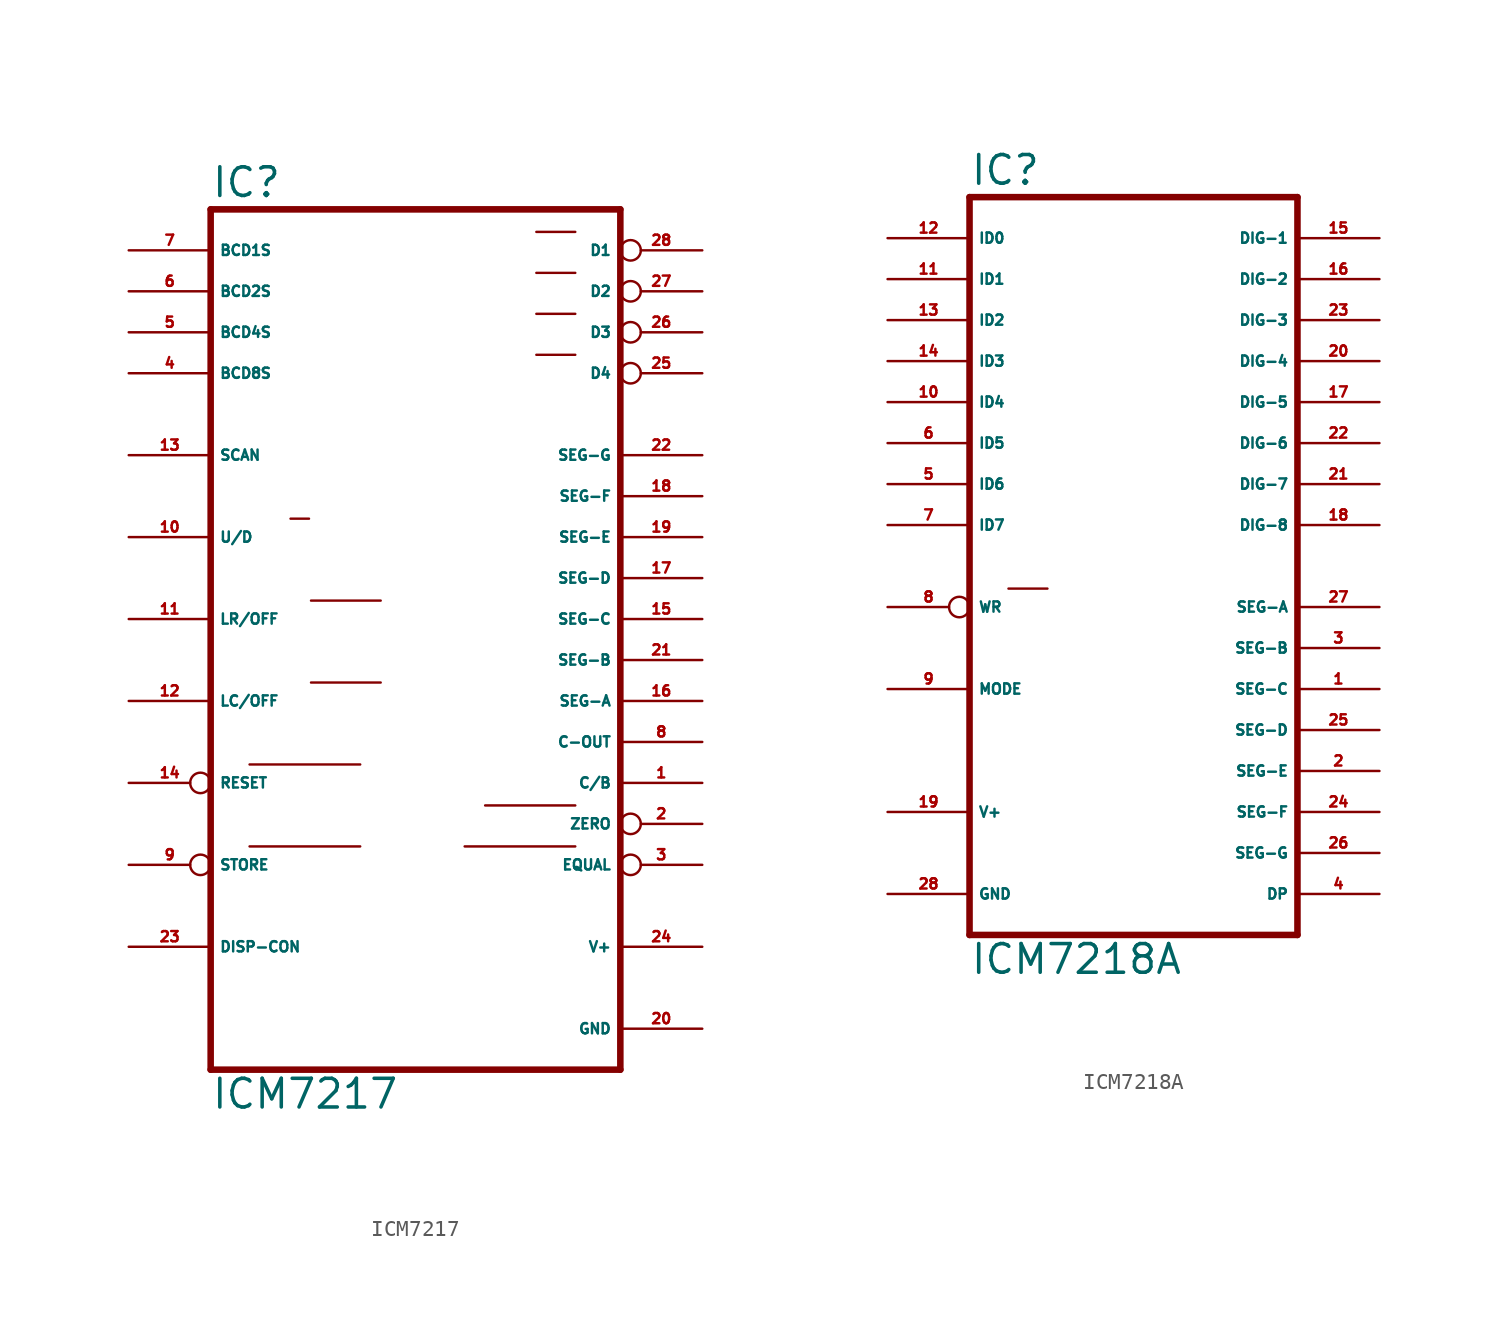
<source format=kicad_sym>
(kicad_symbol_lib
  (version 20220914)
  (generator Eagle2Kicad)
  (symbol "ICM7217"
    (property "Reference" "IC"
      (at -12.7 26.035 0)
      (effects (font (size 1.778 1.778) (thickness 0.22)) (justify left bottom)))
    (property "Value" "ICM7217"
      (at -12.7 -30.48 0)
      (effects (font (size 1.778 1.778) (thickness 0.22)) (justify left bottom)))
    (polyline
      (pts (xy 12.7 -27.94) (xy -12.7 -27.94))
      (stroke (width 0.406) (type default))
      (fill (type none)))
    (polyline
      (pts (xy -12.7 25.4) (xy -12.7 -27.94))
      (stroke (width 0.406) (type default))
      (fill (type none)))
    (polyline
      (pts (xy -12.7 25.4) (xy 12.7 25.4))
      (stroke (width 0.406) (type default))
      (fill (type none)))
    (polyline
      (pts (xy 12.7 -27.94) (xy 12.7 25.4))
      (stroke (width 0.406) (type default))
      (fill (type none)))
    (polyline
      (pts (xy 3.048 -14.097) (xy 9.906 -14.097))
      (stroke (width 0.152) (type default))
      (fill (type none)))
    (polyline
      (pts (xy 4.318 -11.557) (xy 9.906 -11.557))
      (stroke (width 0.152) (type default))
      (fill (type none)))
    (polyline
      (pts (xy -10.287 -14.097) (xy -3.429 -14.097))
      (stroke (width 0.152) (type default))
      (fill (type none)))
    (polyline
      (pts (xy -10.287 -9.017) (xy -3.429 -9.017))
      (stroke (width 0.152) (type default))
      (fill (type none)))
    (polyline
      (pts (xy -6.477 -3.937) (xy -2.159 -3.937))
      (stroke (width 0.152) (type default))
      (fill (type none)))
    (polyline
      (pts (xy -6.477 1.143) (xy -2.159 1.143))
      (stroke (width 0.152) (type default))
      (fill (type none)))
    (polyline
      (pts (xy -7.747 6.223) (xy -6.604 6.223))
      (stroke (width 0.152) (type default))
      (fill (type none)))
    (polyline
      (pts (xy 7.493 24.003) (xy 9.906 24.003))
      (stroke (width 0.152) (type default))
      (fill (type none)))
    (polyline
      (pts (xy 7.493 21.463) (xy 9.906 21.463))
      (stroke (width 0.152) (type default))
      (fill (type none)))
    (polyline
      (pts (xy 7.493 18.923) (xy 9.906 18.923))
      (stroke (width 0.152) (type default))
      (fill (type none)))
    (polyline
      (pts (xy 7.493 16.383) (xy 9.906 16.383))
      (stroke (width 0.152) (type default))
      (fill (type none)))
    (pin output inverted
      (at 17.78 22.86 180)
      (length 5.08)
      (name "D1" (effects (font (size 0.635 0.635) (thickness 0.08)) (justify left bottom)))
      (number "28" (effects (font (size 0.635 0.635) (thickness 0.08)) (justify left bottom))))
    (pin output inverted
      (at 17.78 20.32 180)
      (length 5.08)
      (name "D2" (effects (font (size 0.635 0.635) (thickness 0.08)) (justify left bottom)))
      (number "27" (effects (font (size 0.635 0.635) (thickness 0.08)) (justify left bottom))))
    (pin output inverted
      (at 17.78 17.78 180)
      (length 5.08)
      (name "D3" (effects (font (size 0.635 0.635) (thickness 0.08)) (justify left bottom)))
      (number "26" (effects (font (size 0.635 0.635) (thickness 0.08)) (justify left bottom))))
    (pin output inverted
      (at 17.78 15.24 180)
      (length 5.08)
      (name "D4" (effects (font (size 0.635 0.635) (thickness 0.08)) (justify left bottom)))
      (number "25" (effects (font (size 0.635 0.635) (thickness 0.08)) (justify left bottom))))
    (pin output line
      (at 17.78 -10.16 180)
      (length 5.08)
      (name "C/B" (effects (font (size 0.635 0.635) (thickness 0.08)) (justify left bottom)))
      (number "1" (effects (font (size 0.635 0.635) (thickness 0.08)) (justify left bottom))))
    (pin output inverted
      (at 17.78 -12.7 180)
      (length 5.08)
      (name "ZERO" (effects (font (size 0.635 0.635) (thickness 0.08)) (justify left bottom)))
      (number "2" (effects (font (size 0.635 0.635) (thickness 0.08)) (justify left bottom))))
    (pin output inverted
      (at 17.78 -15.24 180)
      (length 5.08)
      (name "EQUAL" (effects (font (size 0.635 0.635) (thickness 0.08)) (justify left bottom)))
      (number "3" (effects (font (size 0.635 0.635) (thickness 0.08)) (justify left bottom))))
    (pin output line
      (at 17.78 10.16 180)
      (length 5.08)
      (name "SEG-G" (effects (font (size 0.635 0.635) (thickness 0.08)) (justify left bottom)))
      (number "22" (effects (font (size 0.635 0.635) (thickness 0.08)) (justify left bottom))))
    (pin output line
      (at 17.78 7.62 180)
      (length 5.08)
      (name "SEG-F" (effects (font (size 0.635 0.635) (thickness 0.08)) (justify left bottom)))
      (number "18" (effects (font (size 0.635 0.635) (thickness 0.08)) (justify left bottom))))
    (pin output line
      (at 17.78 5.08 180)
      (length 5.08)
      (name "SEG-E" (effects (font (size 0.635 0.635) (thickness 0.08)) (justify left bottom)))
      (number "19" (effects (font (size 0.635 0.635) (thickness 0.08)) (justify left bottom))))
    (pin output line
      (at 17.78 2.54 180)
      (length 5.08)
      (name "SEG-D" (effects (font (size 0.635 0.635) (thickness 0.08)) (justify left bottom)))
      (number "17" (effects (font (size 0.635 0.635) (thickness 0.08)) (justify left bottom))))
    (pin bidirectional line
      (at -17.78 22.86 0)
      (length 5.08)
      (name "BCD1S" (effects (font (size 0.635 0.635) (thickness 0.08)) (justify left bottom)))
      (number "7" (effects (font (size 0.635 0.635) (thickness 0.08)) (justify left bottom))))
    (pin bidirectional line
      (at -17.78 20.32 0)
      (length 5.08)
      (name "BCD2S" (effects (font (size 0.635 0.635) (thickness 0.08)) (justify left bottom)))
      (number "6" (effects (font (size 0.635 0.635) (thickness 0.08)) (justify left bottom))))
    (pin bidirectional line
      (at -17.78 17.78 0)
      (length 5.08)
      (name "BCD4S" (effects (font (size 0.635 0.635) (thickness 0.08)) (justify left bottom)))
      (number "5" (effects (font (size 0.635 0.635) (thickness 0.08)) (justify left bottom))))
    (pin bidirectional line
      (at -17.78 15.24 0)
      (length 5.08)
      (name "BCD8S" (effects (font (size 0.635 0.635) (thickness 0.08)) (justify left bottom)))
      (number "4" (effects (font (size 0.635 0.635) (thickness 0.08)) (justify left bottom))))
    (pin output line
      (at 17.78 0 180)
      (length 5.08)
      (name "SEG-C" (effects (font (size 0.635 0.635) (thickness 0.08)) (justify left bottom)))
      (number "15" (effects (font (size 0.635 0.635) (thickness 0.08)) (justify left bottom))))
    (pin output line
      (at 17.78 -2.54 180)
      (length 5.08)
      (name "SEG-B" (effects (font (size 0.635 0.635) (thickness 0.08)) (justify left bottom)))
      (number "21" (effects (font (size 0.635 0.635) (thickness 0.08)) (justify left bottom))))
    (pin output line
      (at 17.78 -5.08 180)
      (length 5.08)
      (name "SEG-A" (effects (font (size 0.635 0.635) (thickness 0.08)) (justify left bottom)))
      (number "16" (effects (font (size 0.635 0.635) (thickness 0.08)) (justify left bottom))))
    (pin output line
      (at 17.78 -7.62 180)
      (length 5.08)
      (name "C-OUT" (effects (font (size 0.635 0.635) (thickness 0.08)) (justify left bottom)))
      (number "8" (effects (font (size 0.635 0.635) (thickness 0.08)) (justify left bottom))))
    (pin input line
      (at -17.78 5.08 0)
      (length 5.08)
      (name "U/D" (effects (font (size 0.635 0.635) (thickness 0.08)) (justify left bottom)))
      (number "10" (effects (font (size 0.635 0.635) (thickness 0.08)) (justify left bottom))))
    (pin input line
      (at -17.78 0 0)
      (length 5.08)
      (name "LR/OFF" (effects (font (size 0.635 0.635) (thickness 0.08)) (justify left bottom)))
      (number "11" (effects (font (size 0.635 0.635) (thickness 0.08)) (justify left bottom))))
    (pin bidirectional line
      (at -17.78 -5.08 0)
      (length 5.08)
      (name "LC/OFF" (effects (font (size 0.635 0.635) (thickness 0.08)) (justify left bottom)))
      (number "12" (effects (font (size 0.635 0.635) (thickness 0.08)) (justify left bottom))))
    (pin passive line
      (at -17.78 10.16 0)
      (length 5.08)
      (name "SCAN" (effects (font (size 0.635 0.635) (thickness 0.08)) (justify left bottom)))
      (number "13" (effects (font (size 0.635 0.635) (thickness 0.08)) (justify left bottom))))
    (pin input inverted
      (at -17.78 -10.16 0)
      (length 5.08)
      (name "RESET" (effects (font (size 0.635 0.635) (thickness 0.08)) (justify left bottom)))
      (number "14" (effects (font (size 0.635 0.635) (thickness 0.08)) (justify left bottom))))
    (pin input line
      (at -17.78 -20.32 0)
      (length 5.08)
      (name "DISP-CON" (effects (font (size 0.635 0.635) (thickness 0.08)) (justify left bottom)))
      (number "23" (effects (font (size 0.635 0.635) (thickness 0.08)) (justify left bottom))))
    (pin unspecified line
      (at 17.78 -25.4 180)
      (length 5.08)
      (name "GND" (effects (font (size 0.635 0.635) (thickness 0.08)) (justify left bottom)))
      (number "20" (effects (font (size 0.635 0.635) (thickness 0.08)) (justify left bottom))))
    (pin unspecified line
      (at 17.78 -20.32 180)
      (length 5.08)
      (name "V+" (effects (font (size 0.635 0.635) (thickness 0.08)) (justify left bottom)))
      (number "24" (effects (font (size 0.635 0.635) (thickness 0.08)) (justify left bottom))))
    (pin input inverted
      (at -17.78 -15.24 0)
      (length 5.08)
      (name "STORE" (effects (font (size 0.635 0.635) (thickness 0.08)) (justify left bottom)))
      (number "9" (effects (font (size 0.635 0.635) (thickness 0.08)) (justify left bottom)))))
  (symbol "ICM7218A"
    (property "Reference" "IC"
      (at -10.16 23.495 0)
      (effects (font (size 1.778 1.778) (thickness 0.22)) (justify left bottom)))
    (property "Value" "ICM7218A"
      (at -10.16 -25.4 0)
      (effects (font (size 1.778 1.778) (thickness 0.22)) (justify left bottom)))
    (polyline
      (pts (xy 10.16 -22.86) (xy -10.16 -22.86))
      (stroke (width 0.406) (type default))
      (fill (type none)))
    (polyline
      (pts (xy -10.16 22.86) (xy -10.16 -22.86))
      (stroke (width 0.406) (type default))
      (fill (type none)))
    (polyline
      (pts (xy -10.16 22.86) (xy 10.16 22.86))
      (stroke (width 0.406) (type default))
      (fill (type none)))
    (polyline
      (pts (xy 10.16 -22.86) (xy 10.16 22.86))
      (stroke (width 0.406) (type default))
      (fill (type none)))
    (polyline
      (pts (xy -7.747 -1.397) (xy -5.334 -1.397))
      (stroke (width 0.152) (type default))
      (fill (type none)))
    (pin output line
      (at 15.24 20.32 180)
      (length 5.08)
      (name "DIG-1" (effects (font (size 0.635 0.635) (thickness 0.08)) (justify left bottom)))
      (number "15" (effects (font (size 0.635 0.635) (thickness 0.08)) (justify left bottom))))
    (pin output line
      (at 15.24 17.78 180)
      (length 5.08)
      (name "DIG-2" (effects (font (size 0.635 0.635) (thickness 0.08)) (justify left bottom)))
      (number "16" (effects (font (size 0.635 0.635) (thickness 0.08)) (justify left bottom))))
    (pin output line
      (at 15.24 15.24 180)
      (length 5.08)
      (name "DIG-3" (effects (font (size 0.635 0.635) (thickness 0.08)) (justify left bottom)))
      (number "23" (effects (font (size 0.635 0.635) (thickness 0.08)) (justify left bottom))))
    (pin output line
      (at 15.24 12.7 180)
      (length 5.08)
      (name "DIG-4" (effects (font (size 0.635 0.635) (thickness 0.08)) (justify left bottom)))
      (number "20" (effects (font (size 0.635 0.635) (thickness 0.08)) (justify left bottom))))
    (pin output line
      (at 15.24 10.16 180)
      (length 5.08)
      (name "DIG-5" (effects (font (size 0.635 0.635) (thickness 0.08)) (justify left bottom)))
      (number "17" (effects (font (size 0.635 0.635) (thickness 0.08)) (justify left bottom))))
    (pin output line
      (at 15.24 7.62 180)
      (length 5.08)
      (name "DIG-6" (effects (font (size 0.635 0.635) (thickness 0.08)) (justify left bottom)))
      (number "22" (effects (font (size 0.635 0.635) (thickness 0.08)) (justify left bottom))))
    (pin output line
      (at 15.24 5.08 180)
      (length 5.08)
      (name "DIG-7" (effects (font (size 0.635 0.635) (thickness 0.08)) (justify left bottom)))
      (number "21" (effects (font (size 0.635 0.635) (thickness 0.08)) (justify left bottom))))
    (pin output line
      (at 15.24 2.54 180)
      (length 5.08)
      (name "DIG-8" (effects (font (size 0.635 0.635) (thickness 0.08)) (justify left bottom)))
      (number "18" (effects (font (size 0.635 0.635) (thickness 0.08)) (justify left bottom))))
    (pin output line
      (at 15.24 -2.54 180)
      (length 5.08)
      (name "SEG-A" (effects (font (size 0.635 0.635) (thickness 0.08)) (justify left bottom)))
      (number "27" (effects (font (size 0.635 0.635) (thickness 0.08)) (justify left bottom))))
    (pin output line
      (at 15.24 -5.08 180)
      (length 5.08)
      (name "SEG-B" (effects (font (size 0.635 0.635) (thickness 0.08)) (justify left bottom)))
      (number "3" (effects (font (size 0.635 0.635) (thickness 0.08)) (justify left bottom))))
    (pin output line
      (at 15.24 -7.62 180)
      (length 5.08)
      (name "SEG-C" (effects (font (size 0.635 0.635) (thickness 0.08)) (justify left bottom)))
      (number "1" (effects (font (size 0.635 0.635) (thickness 0.08)) (justify left bottom))))
    (pin output line
      (at 15.24 -15.24 180)
      (length 5.08)
      (name "SEG-F" (effects (font (size 0.635 0.635) (thickness 0.08)) (justify left bottom)))
      (number "24" (effects (font (size 0.635 0.635) (thickness 0.08)) (justify left bottom))))
    (pin output line
      (at 15.24 -17.78 180)
      (length 5.08)
      (name "SEG-G" (effects (font (size 0.635 0.635) (thickness 0.08)) (justify left bottom)))
      (number "26" (effects (font (size 0.635 0.635) (thickness 0.08)) (justify left bottom))))
    (pin output line
      (at 15.24 -10.16 180)
      (length 5.08)
      (name "SEG-D" (effects (font (size 0.635 0.635) (thickness 0.08)) (justify left bottom)))
      (number "25" (effects (font (size 0.635 0.635) (thickness 0.08)) (justify left bottom))))
    (pin output line
      (at 15.24 -12.7 180)
      (length 5.08)
      (name "SEG-E" (effects (font (size 0.635 0.635) (thickness 0.08)) (justify left bottom)))
      (number "2" (effects (font (size 0.635 0.635) (thickness 0.08)) (justify left bottom))))
    (pin input line
      (at -15.24 20.32 0)
      (length 5.08)
      (name "ID0" (effects (font (size 0.635 0.635) (thickness 0.08)) (justify left bottom)))
      (number "12" (effects (font (size 0.635 0.635) (thickness 0.08)) (justify left bottom))))
    (pin input line
      (at -15.24 17.78 0)
      (length 5.08)
      (name "ID1" (effects (font (size 0.635 0.635) (thickness 0.08)) (justify left bottom)))
      (number "11" (effects (font (size 0.635 0.635) (thickness 0.08)) (justify left bottom))))
    (pin input line
      (at -15.24 15.24 0)
      (length 5.08)
      (name "ID2" (effects (font (size 0.635 0.635) (thickness 0.08)) (justify left bottom)))
      (number "13" (effects (font (size 0.635 0.635) (thickness 0.08)) (justify left bottom))))
    (pin input line
      (at -15.24 12.7 0)
      (length 5.08)
      (name "ID3" (effects (font (size 0.635 0.635) (thickness 0.08)) (justify left bottom)))
      (number "14" (effects (font (size 0.635 0.635) (thickness 0.08)) (justify left bottom))))
    (pin input line
      (at -15.24 10.16 0)
      (length 5.08)
      (name "ID4" (effects (font (size 0.635 0.635) (thickness 0.08)) (justify left bottom)))
      (number "10" (effects (font (size 0.635 0.635) (thickness 0.08)) (justify left bottom))))
    (pin input line
      (at -15.24 7.62 0)
      (length 5.08)
      (name "ID5" (effects (font (size 0.635 0.635) (thickness 0.08)) (justify left bottom)))
      (number "6" (effects (font (size 0.635 0.635) (thickness 0.08)) (justify left bottom))))
    (pin input line
      (at -15.24 5.08 0)
      (length 5.08)
      (name "ID6" (effects (font (size 0.635 0.635) (thickness 0.08)) (justify left bottom)))
      (number "5" (effects (font (size 0.635 0.635) (thickness 0.08)) (justify left bottom))))
    (pin input line
      (at -15.24 2.54 0)
      (length 5.08)
      (name "ID7" (effects (font (size 0.635 0.635) (thickness 0.08)) (justify left bottom)))
      (number "7" (effects (font (size 0.635 0.635) (thickness 0.08)) (justify left bottom))))
    (pin input inverted
      (at -15.24 -2.54 0)
      (length 5.08)
      (name "WR" (effects (font (size 0.635 0.635) (thickness 0.08)) (justify left bottom)))
      (number "8" (effects (font (size 0.635 0.635) (thickness 0.08)) (justify left bottom))))
    (pin input line
      (at -15.24 -7.62 0)
      (length 5.08)
      (name "MODE" (effects (font (size 0.635 0.635) (thickness 0.08)) (justify left bottom)))
      (number "9" (effects (font (size 0.635 0.635) (thickness 0.08)) (justify left bottom))))
    (pin unspecified line
      (at -15.24 -15.24 0)
      (length 5.08)
      (name "V+" (effects (font (size 0.635 0.635) (thickness 0.08)) (justify left bottom)))
      (number "19" (effects (font (size 0.635 0.635) (thickness 0.08)) (justify left bottom))))
    (pin unspecified line
      (at -15.24 -20.32 0)
      (length 5.08)
      (name "GND" (effects (font (size 0.635 0.635) (thickness 0.08)) (justify left bottom)))
      (number "28" (effects (font (size 0.635 0.635) (thickness 0.08)) (justify left bottom))))
    (pin output line
      (at 15.24 -20.32 180)
      (length 5.08)
      (name "DP" (effects (font (size 0.635 0.635) (thickness 0.08)) (justify left bottom)))
      (number "4" (effects (font (size 0.635 0.635) (thickness 0.08)) (justify left bottom))))))
</source>
